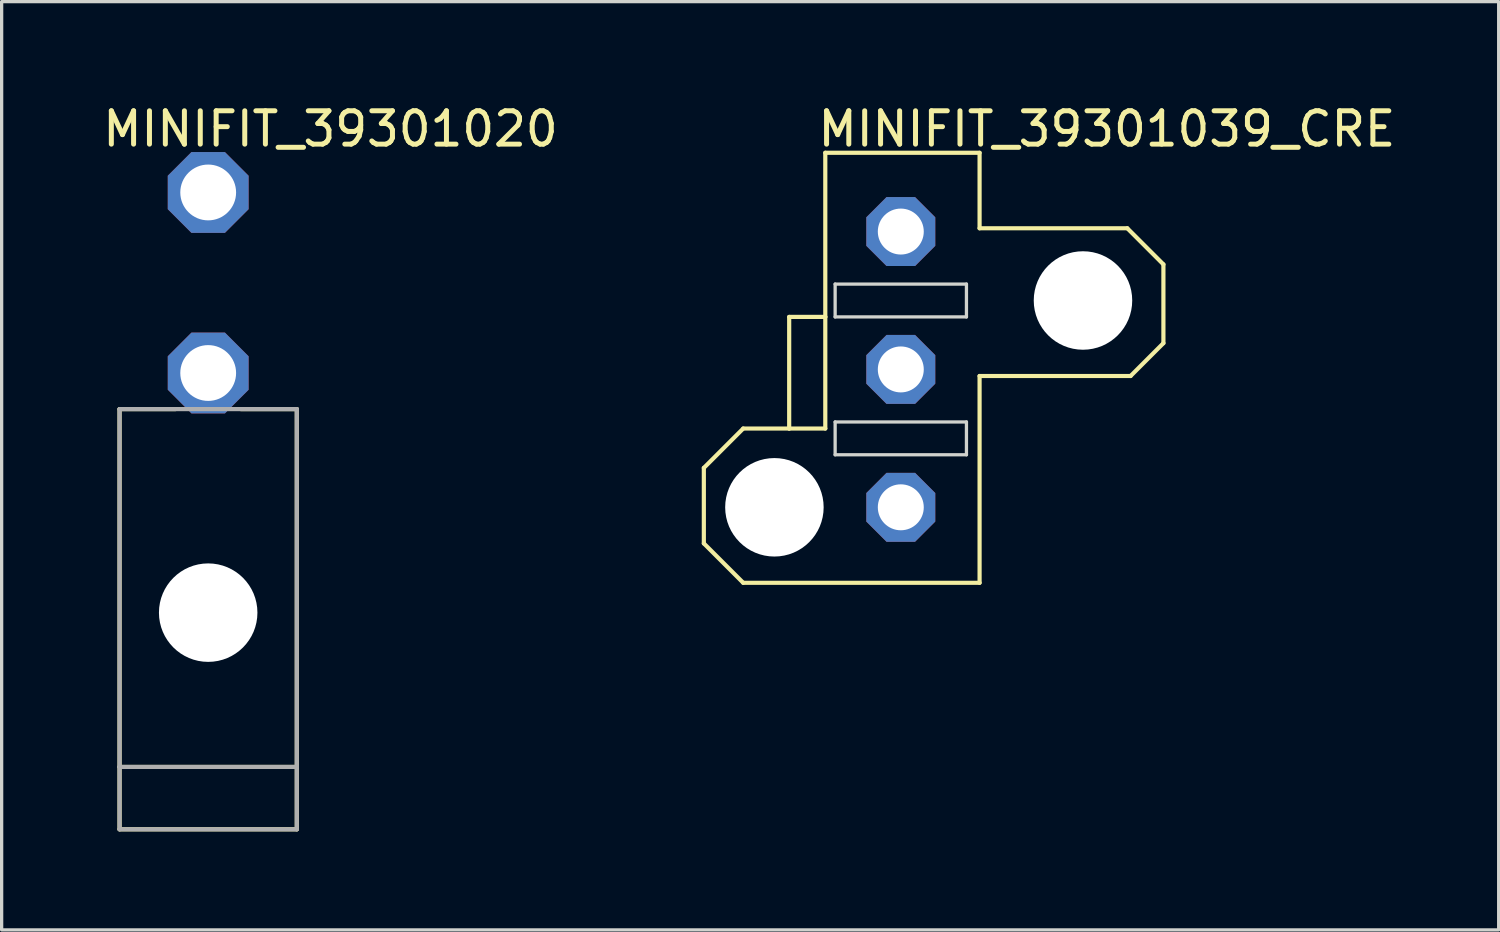
<source format=kicad_pcb>
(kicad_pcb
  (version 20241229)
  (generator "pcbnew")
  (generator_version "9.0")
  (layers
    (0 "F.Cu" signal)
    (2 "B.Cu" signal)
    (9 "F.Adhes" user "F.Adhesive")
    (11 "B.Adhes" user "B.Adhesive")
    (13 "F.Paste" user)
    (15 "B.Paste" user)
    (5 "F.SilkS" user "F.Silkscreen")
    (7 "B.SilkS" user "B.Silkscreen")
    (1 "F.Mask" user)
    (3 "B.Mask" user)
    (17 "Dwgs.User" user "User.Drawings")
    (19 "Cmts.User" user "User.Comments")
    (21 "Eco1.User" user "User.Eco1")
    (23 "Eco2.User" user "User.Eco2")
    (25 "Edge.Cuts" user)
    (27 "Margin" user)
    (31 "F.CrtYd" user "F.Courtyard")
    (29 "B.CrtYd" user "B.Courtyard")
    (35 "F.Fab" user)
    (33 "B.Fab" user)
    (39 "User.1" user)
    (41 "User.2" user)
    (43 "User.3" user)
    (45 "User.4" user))
  (footprint "MINIFIT_39301039_CRE"
    (layer "F.Cu")
    (at 24.391 8.204)
    (property "Reference" "MINIFIT_39301039_CRE" (at -2.603 -6.731 0) (layer "F.SilkS") (effects (font (size 1.016 1.016) (thickness 0.152)) (justify left bottom)))
    (attr through_hole)
    (fp_line (start -6 3) (end -4.8 1.8) (stroke (width 0.127) (type solid)) (layer "F.SilkS"))
    (fp_line (start -6 5.3) (end -6 3) (stroke (width 0.127) (type solid)) (layer "F.SilkS"))
    (fp_line (start -4.8 1.8) (end -3.4 1.8) (stroke (width 0.127) (type solid)) (layer "F.SilkS"))
    (fp_line (start -4.8 6.5) (end -6 5.3) (stroke (width 0.127) (type solid)) (layer "F.SilkS"))
    (fp_line (start -3.4 -1.6) (end -3.4 1.8) (stroke (width 0.127) (type solid)) (layer "F.SilkS"))
    (fp_line (start -3.4 1.8) (end -2.3 1.8) (stroke (width 0.127) (type solid)) (layer "F.SilkS"))
    (fp_line (start -2.3 -6.6) (end 2.4 -6.6) (stroke (width 0.127) (type solid)) (layer "F.SilkS"))
    (fp_line (start -2.3 -1.6) (end -3.4 -1.6) (stroke (width 0.127) (type solid)) (layer "F.SilkS"))
    (fp_line (start -2.3 -1.6) (end -2.3 -6.6) (stroke (width 0.127) (type solid)) (layer "F.SilkS"))
    (fp_line (start -2.3 1.8) (end -2.3 -1.6) (stroke (width 0.127) (type solid)) (layer "F.SilkS"))
    (fp_line (start 2.4 -6.6) (end 2.4 -4.3) (stroke (width 0.127) (type solid)) (layer "F.SilkS"))
    (fp_line (start 2.4 -4.3) (end 6.9 -4.3) (stroke (width 0.127) (type solid)) (layer "F.SilkS"))
    (fp_line (start 2.4 0.2) (end 2.4 6.5) (stroke (width 0.127) (type solid)) (layer "F.SilkS"))
    (fp_line (start 2.4 6.5) (end -4.8 6.5) (stroke (width 0.127) (type solid)) (layer "F.SilkS"))
    (fp_line (start 6.9 -4.3) (end 8 -3.2) (stroke (width 0.127) (type solid)) (layer "F.SilkS"))
    (fp_line (start 7 0.2) (end 2.4 0.2) (stroke (width 0.127) (type solid)) (layer "F.SilkS"))
    (fp_line (start 8 -3.2) (end 8 -0.8) (stroke (width 0.127) (type solid)) (layer "F.SilkS"))
    (fp_line (start 8 -0.8) (end 7 0.2) (stroke (width 0.127) (type solid)) (layer "F.SilkS"))
    (fp_line (start -2 -2.6) (end 2 -2.6) (stroke (width 0.1) (type solid)) (layer "Edge.Cuts"))
    (fp_line (start -2 -1.6) (end -2 -2.6) (stroke (width 0.1) (type solid)) (layer "Edge.Cuts"))
    (fp_line (start -2 1.6) (end 2 1.6) (stroke (width 0.1) (type solid)) (layer "Edge.Cuts"))
    (fp_line (start -2 2.6) (end -2 1.6) (stroke (width 0.1) (type solid)) (layer "Edge.Cuts"))
    (fp_line (start 2 -2.6) (end 2 -1.6) (stroke (width 0.1) (type solid)) (layer "Edge.Cuts"))
    (fp_line (start 2 -1.6) (end -2 -1.6) (stroke (width 0.1) (type solid)) (layer "Edge.Cuts"))
    (fp_line (start 2 1.6) (end 2 2.6) (stroke (width 0.1) (type solid)) (layer "Edge.Cuts"))
    (fp_line (start 2 2.6) (end -2 2.6) (stroke (width 0.1) (type solid)) (layer "Edge.Cuts"))
    (pad "" np_thru_hole circle (at -3.85 4.2) (size 3 3) (drill 3) (layers "*.Cu" "*.Mask"))
    (pad "" np_thru_hole circle (at 5.55 -2.1) (size 3 3) (drill 3) (layers "*.Cu" "*.Mask"))
    (pad "1" thru_hole roundrect (at 0 -4.2) (size 2.1 2.1) (drill 1.4) (layers "*.Cu" "*.Mask") (roundrect_rratio 0.25) (chamfer_ratio 0.293) (chamfer top_left top_right bottom_left bottom_right))
    (pad "2" thru_hole roundrect (at 0 0) (size 2.1 2.1) (drill 1.4) (layers "*.Cu" "*.Mask") (roundrect_rratio 0.25) (chamfer_ratio 0.293) (chamfer top_left top_right bottom_left bottom_right))
    (pad "3" thru_hole roundrect (at 0 4.2) (size 2.1 2.1) (drill 1.4) (layers "*.Cu" "*.Mask") (roundrect_rratio 0.25) (chamfer_ratio 0.293) (chamfer top_left top_right bottom_left bottom_right))
    (zone (net_name "") (layers "F.Cu" "B.Cu") (hatch edge 0.5) (connect_pads) (min_thickness 0.25) (filled_areas_thickness no) (keepout (tracks allowed) (vias not_allowed) (pads allowed) (copperpour allowed) (footprints allowed)) (placement (enabled no)) (fill) (polygon (pts (xy 22.091 11.204) (xy 22.091 5.204) (xy 17.091 5.204) (xy 17.091 11.204)))))
  (footprint "MINIFIT_39301020"
    (layer "F.Cu")
    (at 3.292 8.313)
    (property "Reference" "MINIFIT_39301020" (at -3.292 -6.84 0) (layer "F.SilkS") (effects (font (size 1.016 1.016) (thickness 0.152)) (justify left bottom)))
    (attr through_hole)
    (fp_line (start -2.7 1.1) (end -2.7 12) (stroke (width 0.127) (type solid)) (layer "F.SilkS"))
    (fp_line (start -2.7 1.1) (end -1 1.1) (stroke (width 0.127) (type solid)) (layer "F.SilkS"))
    (fp_line (start -2.7 12) (end -2.7 13.9) (stroke (width 0.127) (type solid)) (layer "F.SilkS"))
    (fp_line (start 2.7 1.1) (end 1 1.1) (stroke (width 0.127) (type solid)) (layer "F.SilkS"))
    (fp_line (start 2.7 1.1) (end 2.7 12) (stroke (width 0.127) (type solid)) (layer "F.SilkS"))
    (fp_line (start 2.7 12) (end -2.7 12) (stroke (width 0.127) (type solid)) (layer "F.SilkS"))
    (fp_line (start 2.7 12) (end 2.7 13.9) (stroke (width 0.127) (type solid)) (layer "F.SilkS"))
    (fp_line (start 2.7 13.9) (end -2.7 13.9) (stroke (width 0.127) (type solid)) (layer "F.SilkS"))
    (fp_line (start -2.7 1.1) (end -2.7 12) (stroke (width 0.127) (type solid)) (layer "F.Fab"))
    (fp_line (start -2.7 12) (end -2.7 13.9) (stroke (width 0.127) (type solid)) (layer "F.Fab"))
    (fp_line (start 2.7 1.1) (end -2.7 1.1) (stroke (width 0.127) (type solid)) (layer "F.Fab"))
    (fp_line (start 2.7 1.1) (end 2.7 12) (stroke (width 0.127) (type solid)) (layer "F.Fab"))
    (fp_line (start 2.7 12) (end -2.7 12) (stroke (width 0.127) (type solid)) (layer "F.Fab"))
    (fp_line (start 2.7 12) (end 2.7 13.9) (stroke (width 0.127) (type solid)) (layer "F.Fab"))
    (fp_line (start 2.7 13.9) (end -2.7 13.9) (stroke (width 0.127) (type solid)) (layer "F.Fab"))
    (pad "" np_thru_hole circle (at 0 7.3) (size 3 3) (drill 3) (layers "*.Cu" "*.Mask"))
    (pad "1" thru_hole roundrect (at 0 0) (size 2.462 2.462) (drill 1.7) (layers "*.Cu" "*.Mask") (roundrect_rratio 0.25) (chamfer_ratio 0.293) (chamfer top_left top_right bottom_left bottom_right))
    (pad "2" thru_hole roundrect (at 0 -5.5) (size 2.462 2.462) (drill 1.7) (layers "*.Cu" "*.Mask") (roundrect_rratio 0.25) (chamfer_ratio 0.293) (chamfer top_left top_right bottom_left bottom_right)))
  (gr_rect
    (start -3 -3)
    (end 42.604 25.277)
    (stroke (width 0.1) (type default))
    (fill no)
    (layer "Edge.Cuts")))
</source>
